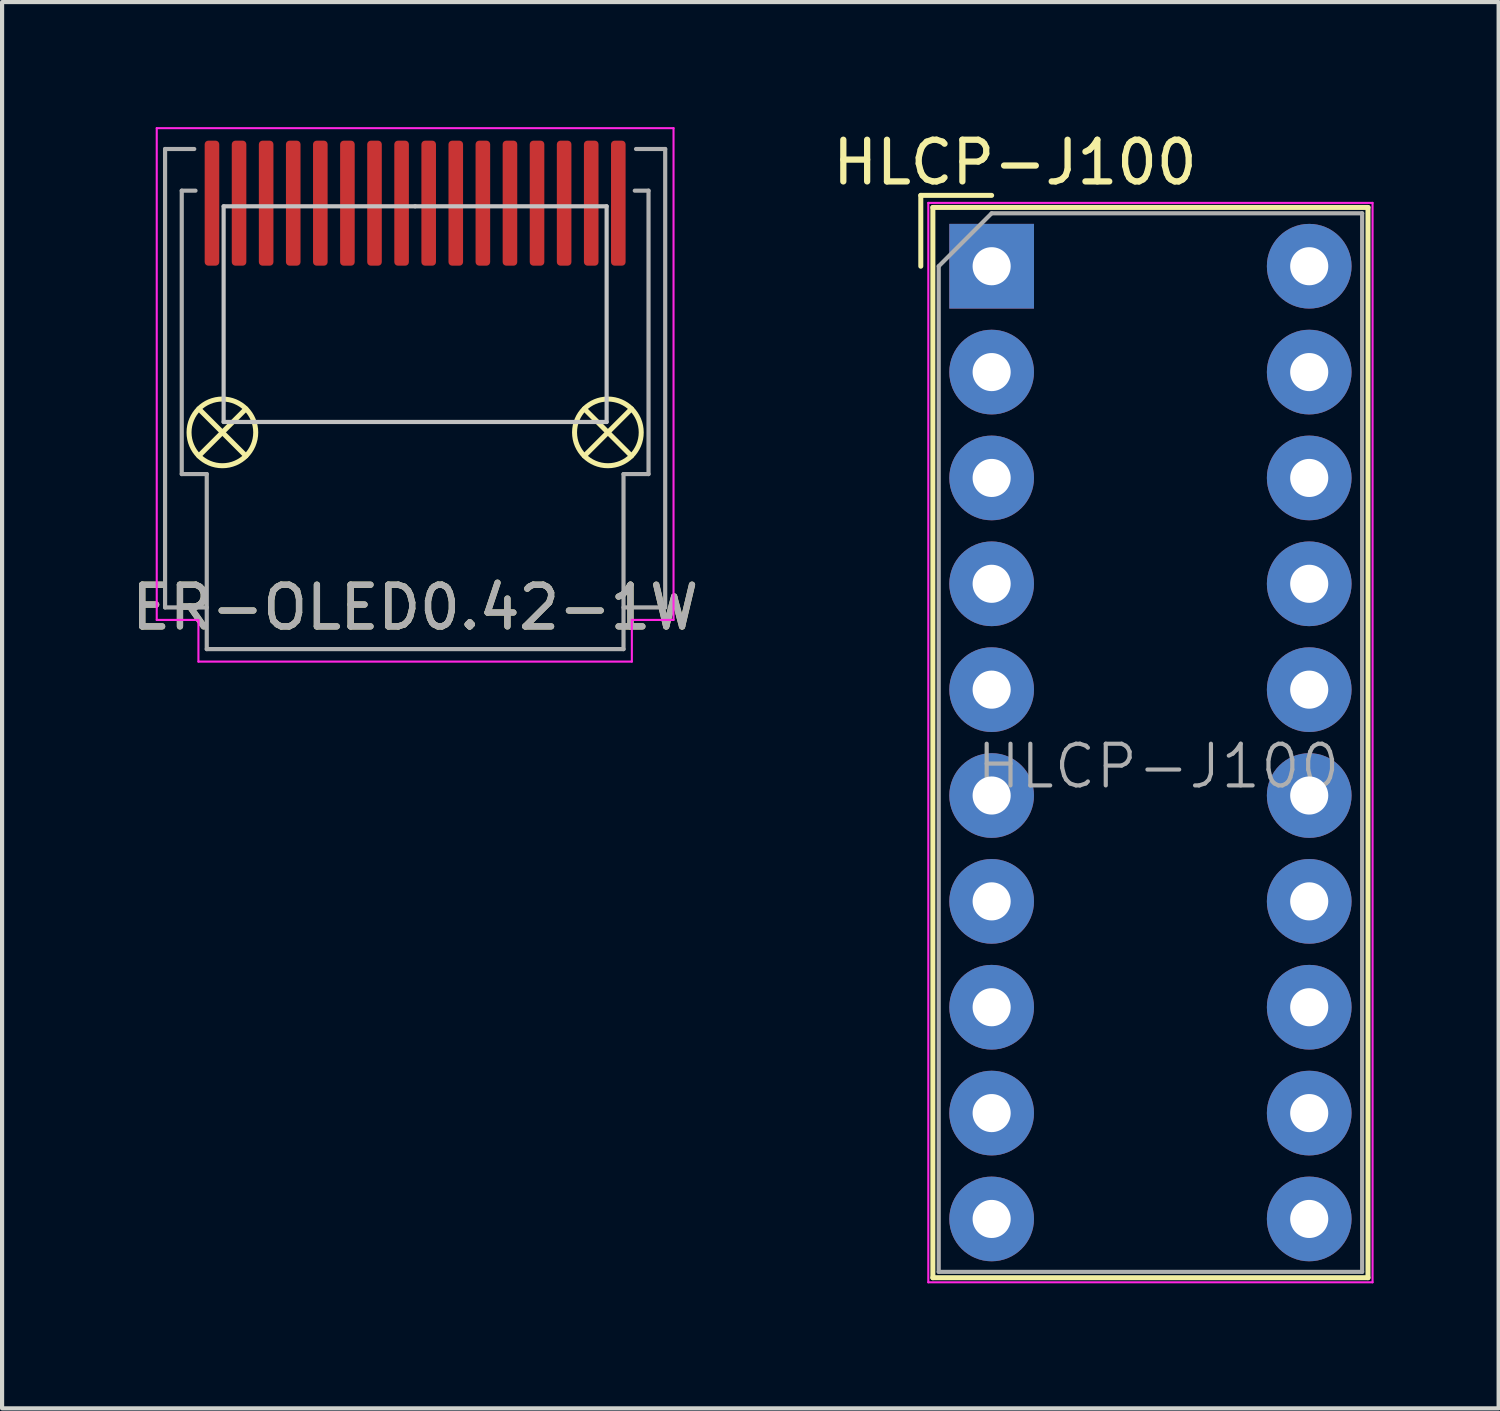
<source format=kicad_pcb>
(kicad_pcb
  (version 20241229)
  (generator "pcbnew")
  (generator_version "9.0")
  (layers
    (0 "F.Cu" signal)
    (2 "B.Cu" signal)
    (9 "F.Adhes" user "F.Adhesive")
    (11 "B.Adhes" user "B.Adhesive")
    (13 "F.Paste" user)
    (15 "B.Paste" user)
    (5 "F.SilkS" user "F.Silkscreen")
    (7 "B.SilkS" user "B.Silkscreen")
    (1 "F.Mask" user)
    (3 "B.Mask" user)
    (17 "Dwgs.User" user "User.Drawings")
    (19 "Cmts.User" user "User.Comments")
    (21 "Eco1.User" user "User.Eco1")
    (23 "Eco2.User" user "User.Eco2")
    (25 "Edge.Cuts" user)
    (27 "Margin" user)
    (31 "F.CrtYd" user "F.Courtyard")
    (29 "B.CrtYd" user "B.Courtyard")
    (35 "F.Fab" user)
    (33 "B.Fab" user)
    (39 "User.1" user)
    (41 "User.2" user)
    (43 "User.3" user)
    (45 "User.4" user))
  (footprint "HLCP-J100"
    (layer "F.Cu")
    (at 20.744 3.338)
    (property "Reference" "HLCP-J100" (at 0.56 -2.49 0) (layer "F.SilkS") (effects (font (size 1 1) (thickness 0.15))))
    (attr through_hole)
    (fp_line (start -1.7 -1.7) (end -1.7 0) (stroke (width 0.12) (type solid)) (layer "F.SilkS"))
    (fp_line (start -1.41 -1.41) (end 9.03 -1.41) (stroke (width 0.12) (type solid)) (layer "F.SilkS"))
    (fp_line (start -1.41 24.27) (end -1.41 -1.41) (stroke (width 0.12) (type solid)) (layer "F.SilkS"))
    (fp_line (start 0 -1.7) (end -1.7 -1.7) (stroke (width 0.12) (type solid)) (layer "F.SilkS"))
    (fp_line (start 9.03 -1.41) (end 9.03 24.27) (stroke (width 0.12) (type solid)) (layer "F.SilkS"))
    (fp_line (start 9.03 24.27) (end -1.41 24.27) (stroke (width 0.12) (type solid)) (layer "F.SilkS"))
    (fp_line (start -1.52 -1.52) (end -1.52 24.38) (stroke (width 0.05) (type solid)) (layer "F.CrtYd"))
    (fp_line (start -1.52 -1.52) (end 9.14 -1.52) (stroke (width 0.05) (type solid)) (layer "F.CrtYd"))
    (fp_line (start -1.52 24.38) (end 9.14 24.38) (stroke (width 0.05) (type solid)) (layer "F.CrtYd"))
    (fp_line (start 9.14 24.38) (end 9.14 -1.52) (stroke (width 0.05) (type solid)) (layer "F.CrtYd"))
    (fp_line (start -1.27 0) (end -1.27 24.13) (stroke (width 0.1) (type solid)) (layer "F.Fab"))
    (fp_line (start -1.27 24.13) (end 8.89 24.13) (stroke (width 0.1) (type solid)) (layer "F.Fab"))
    (fp_line (start 0 -1.27) (end -1.27 0) (stroke (width 0.1) (type solid)) (layer "F.Fab"))
    (fp_line (start 0 -1.27) (end 8.89 -1.27) (stroke (width 0.1) (type solid)) (layer "F.Fab"))
    (fp_line (start 8.89 -1.27) (end 8.89 24.13) (stroke (width 0.1) (type solid)) (layer "F.Fab"))
    (fp_text user "${REFERENCE}" (at 4 12 0) (layer "F.Fab") (effects (font (size 1 1) (thickness 0.1))))
    (pad "1" thru_hole rect (at 0 0 270) (size 2.032 2.032) (drill 0.914) (layers "*.Cu" "*.Mask"))
    (pad "2" thru_hole circle (at 0 2.54 270) (size 2.032 2.032) (drill 0.914) (layers "*.Cu" "*.Mask"))
    (pad "3" thru_hole circle (at 0 5.08 270) (size 2.032 2.032) (drill 0.914) (layers "*.Cu" "*.Mask"))
    (pad "4" thru_hole circle (at 0 7.62 270) (size 2.032 2.032) (drill 0.914) (layers "*.Cu" "*.Mask"))
    (pad "5" thru_hole circle (at 0 10.16 270) (size 2.032 2.032) (drill 0.914) (layers "*.Cu" "*.Mask"))
    (pad "6" thru_hole circle (at 0 12.7 270) (size 2.032 2.032) (drill 0.914) (layers "*.Cu" "*.Mask"))
    (pad "7" thru_hole circle (at 0 15.24 270) (size 2.032 2.032) (drill 0.914) (layers "*.Cu" "*.Mask"))
    (pad "8" thru_hole circle (at 0 17.78 270) (size 2.032 2.032) (drill 0.914) (layers "*.Cu" "*.Mask"))
    (pad "9" thru_hole circle (at 0 20.32 270) (size 2.032 2.032) (drill 0.914) (layers "*.Cu" "*.Mask"))
    (pad "10" thru_hole circle (at 0 22.86 270) (size 2.032 2.032) (drill 0.914) (layers "*.Cu" "*.Mask"))
    (pad "11" thru_hole circle (at 7.62 22.86 270) (size 2.032 2.032) (drill 0.914) (layers "*.Cu" "*.Mask"))
    (pad "12" thru_hole circle (at 7.62 20.32 270) (size 2.032 2.032) (drill 0.914) (layers "*.Cu" "*.Mask"))
    (pad "13" thru_hole circle (at 7.62 17.78 270) (size 2.032 2.032) (drill 0.914) (layers "*.Cu" "*.Mask"))
    (pad "14" thru_hole circle (at 7.62 15.24 270) (size 2.032 2.032) (drill 0.914) (layers "*.Cu" "*.Mask"))
    (pad "15" thru_hole circle (at 7.62 12.7 270) (size 2.032 2.032) (drill 0.914) (layers "*.Cu" "*.Mask"))
    (pad "16" thru_hole circle (at 7.62 10.16 270) (size 2.032 2.032) (drill 0.914) (layers "*.Cu" "*.Mask"))
    (pad "17" thru_hole circle (at 7.62 7.62 270) (size 2.032 2.032) (drill 0.914) (layers "*.Cu" "*.Mask"))
    (pad "18" thru_hole circle (at 7.62 5.08 270) (size 2.032 2.032) (drill 0.914) (layers "*.Cu" "*.Mask"))
    (pad "19" thru_hole circle (at 7.62 2.54 270) (size 2.032 2.032) (drill 0.914) (layers "*.Cu" "*.Mask"))
    (pad "20" thru_hole circle (at 7.62 0 270) (size 2.032 2.032) (drill 0.914) (layers "*.Cu" "*.Mask")))
  (footprint "ER-OLED0.42-1W"
    (layer "F.Cu")
    (at 6.911 1.825)
    (property "Reference" "ER-OLED0.42-1W" (at 0 9.7 0) (unlocked yes) (layer "F.SilkS") (effects (font (size 1 1) (thickness 0.15))))
    (attr smd)
    (fp_line (start -5.19 4.935) (end -4.06 6.065) (stroke (width 0.12) (type solid)) (layer "F.SilkS"))
    (fp_line (start -5.19 6.065) (end -4.06 4.935) (stroke (width 0.12) (type solid)) (layer "F.SilkS"))
    (fp_line (start 4.06 4.935) (end 5.19 6.065) (stroke (width 0.12) (type solid)) (layer "F.SilkS"))
    (fp_line (start 4.06 6.065) (end 5.19 4.935) (stroke (width 0.12) (type solid)) (layer "F.SilkS"))
    (fp_circle (center -4.625 5.5) (end -3.825 5.5) (stroke (width 0.12) (type solid)) (fill no) (layer "F.SilkS"))
    (fp_circle (center 4.625 5.5) (end 5.425 5.5) (stroke (width 0.12) (type solid)) (fill no) (layer "F.SilkS"))
    (fp_line (start -4.595 0.075) (end -4.595 5.25) (stroke (width 0.1) (type solid)) (layer "Dwgs.User"))
    (fp_line (start -4.595 5.25) (end 4.595 5.25) (stroke (width 0.1) (type solid)) (layer "Dwgs.User"))
    (fp_line (start 0 0.075) (end -4.595 0.075) (stroke (width 0.1) (type solid)) (layer "Dwgs.User"))
    (fp_line (start 4.595 0.075) (end 0 0.075) (stroke (width 0.1) (type solid)) (layer "Dwgs.User"))
    (fp_line (start 4.595 5.25) (end 4.595 0.075) (stroke (width 0.1) (type solid)) (layer "Dwgs.User"))
    (fp_line (start -6.2 -1.8) (end 6.2 -1.8) (stroke (width 0.05) (type solid)) (layer "F.CrtYd"))
    (fp_line (start -6.2 10) (end -6.2 -1.8) (stroke (width 0.05) (type solid)) (layer "F.CrtYd"))
    (fp_line (start -5.2 10) (end -6.2 10) (stroke (width 0.05) (type solid)) (layer "F.CrtYd"))
    (fp_line (start -5.2 11) (end -5.2 10) (stroke (width 0.05) (type solid)) (layer "F.CrtYd"))
    (fp_line (start 5.2 10) (end 5.2 11) (stroke (width 0.05) (type solid)) (layer "F.CrtYd"))
    (fp_line (start 5.2 11) (end -5.2 11) (stroke (width 0.05) (type solid)) (layer "F.CrtYd"))
    (fp_line (start 6.2 -1.8) (end 6.2 10) (stroke (width 0.05) (type solid)) (layer "F.CrtYd"))
    (fp_line (start 6.2 10) (end 5.2 10) (stroke (width 0.05) (type solid)) (layer "F.CrtYd"))
    (fp_line (start -6 -1.3) (end -6 9.7) (stroke (width 0.1) (type solid)) (layer "F.Fab"))
    (fp_line (start -6 -1.3) (end -5.3 -1.3) (stroke (width 0.1) (type solid)) (layer "F.Fab"))
    (fp_line (start -5.6 -0.3) (end -5.6 6.5) (stroke (width 0.1) (type solid)) (layer "F.Fab"))
    (fp_line (start -5.6 6.5) (end -5 6.5) (stroke (width 0.1) (type solid)) (layer "F.Fab"))
    (fp_line (start -5.27 -0.3) (end -5.6 -0.3) (stroke (width 0.1) (type solid)) (layer "F.Fab"))
    (fp_line (start -5 6.5) (end -5 10.7) (stroke (width 0.1) (type solid)) (layer "F.Fab"))
    (fp_line (start -5 9.7) (end -6 9.7) (stroke (width 0.1) (type solid)) (layer "F.Fab"))
    (fp_line (start -5 10.7) (end 5 10.7) (stroke (width 0.1) (type solid)) (layer "F.Fab"))
    (fp_line (start 5 10.7) (end 5 6.5) (stroke (width 0.1) (type solid)) (layer "F.Fab"))
    (fp_line (start 5.27 -0.3) (end 5.6 -0.3) (stroke (width 0.1) (type solid)) (layer "F.Fab"))
    (fp_line (start 5.6 -0.3) (end 5.6 6.5) (stroke (width 0.1) (type solid)) (layer "F.Fab"))
    (fp_line (start 5.6 6.5) (end 5 6.5) (stroke (width 0.1) (type solid)) (layer "F.Fab"))
    (fp_line (start 6 -1.3) (end 5.3 -1.3) (stroke (width 0.1) (type solid)) (layer "F.Fab"))
    (fp_line (start 6 -1.3) (end 6 9.7) (stroke (width 0.1) (type solid)) (layer "F.Fab"))
    (fp_line (start 6 9.7) (end 5 9.7) (stroke (width 0.1) (type solid)) (layer "F.Fab"))
    (fp_text user "${REFERENCE}" (at 0 9.7 0) (unlocked yes) (layer "F.Fab") (effects (font (size 1 1) (thickness 0.15))))
    (pad "1" smd roundrect (at -4.875 0 90) (size 3 0.35) (layers "F.Cu" "F.Mask" "F.Paste") (roundrect_rratio 0.25))
    (pad "2" smd roundrect (at -4.225 0 90) (size 3 0.35) (layers "F.Cu" "F.Mask" "F.Paste") (roundrect_rratio 0.25))
    (pad "3" smd roundrect (at -3.575 0 90) (size 3 0.35) (layers "F.Cu" "F.Mask" "F.Paste") (roundrect_rratio 0.25))
    (pad "4" smd roundrect (at -2.925 0 90) (size 3 0.35) (layers "F.Cu" "F.Mask" "F.Paste") (roundrect_rratio 0.25))
    (pad "5" smd roundrect (at -2.275 0 90) (size 3 0.35) (layers "F.Cu" "F.Mask" "F.Paste") (roundrect_rratio 0.25))
    (pad "6" smd roundrect (at -1.625 0 90) (size 3 0.35) (layers "F.Cu" "F.Mask" "F.Paste") (roundrect_rratio 0.25))
    (pad "7" smd roundrect (at -0.975 0 90) (size 3 0.35) (layers "F.Cu" "F.Mask" "F.Paste") (roundrect_rratio 0.25))
    (pad "8" smd roundrect (at -0.325 0 90) (size 3 0.35) (layers "F.Cu" "F.Mask" "F.Paste") (roundrect_rratio 0.25))
    (pad "9" smd roundrect (at 0.325 0 90) (size 3 0.35) (layers "F.Cu" "F.Mask" "F.Paste") (roundrect_rratio 0.25))
    (pad "10" smd roundrect (at 0.975 0 90) (size 3 0.35) (layers "F.Cu" "F.Mask" "F.Paste") (roundrect_rratio 0.25))
    (pad "11" smd roundrect (at 1.625 0 90) (size 3 0.35) (layers "F.Cu" "F.Mask" "F.Paste") (roundrect_rratio 0.25))
    (pad "12" smd roundrect (at 2.275 0 90) (size 3 0.35) (layers "F.Cu" "F.Mask" "F.Paste") (roundrect_rratio 0.25))
    (pad "13" smd roundrect (at 2.925 0 90) (size 3 0.35) (layers "F.Cu" "F.Mask" "F.Paste") (roundrect_rratio 0.25))
    (pad "14" smd roundrect (at 3.575 0 90) (size 3 0.35) (layers "F.Cu" "F.Mask" "F.Paste") (roundrect_rratio 0.25))
    (pad "15" smd roundrect (at 4.225 0 90) (size 3 0.35) (layers "F.Cu" "F.Mask" "F.Paste") (roundrect_rratio 0.25))
    (pad "16" smd roundrect (at 4.875 0 90) (size 3 0.35) (layers "F.Cu" "F.Mask" "F.Paste") (roundrect_rratio 0.25)))
  (gr_rect
    (start -3 -3)
    (end 32.909 30.743)
    (stroke (width 0.1) (type default))
    (fill no)
    (layer "Edge.Cuts")))
</source>
